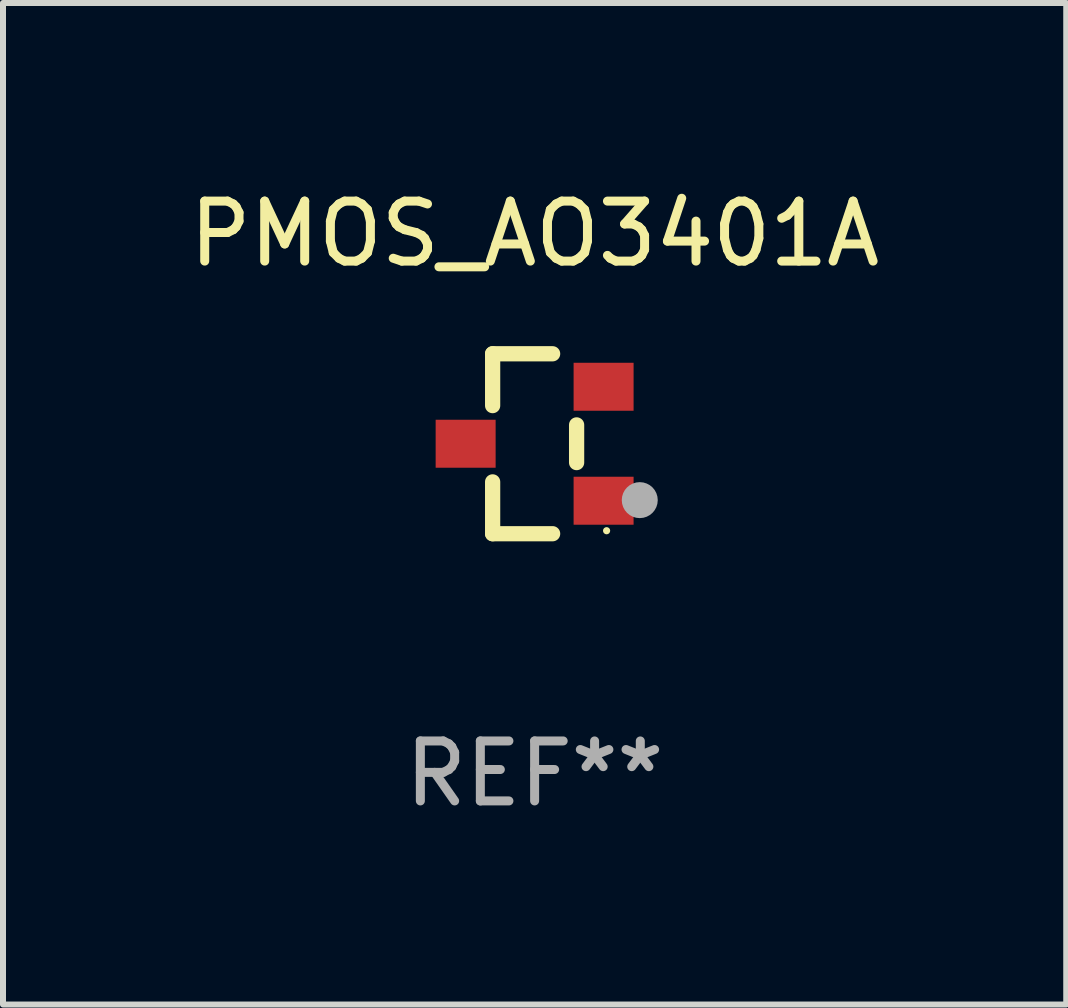
<source format=kicad_pcb>
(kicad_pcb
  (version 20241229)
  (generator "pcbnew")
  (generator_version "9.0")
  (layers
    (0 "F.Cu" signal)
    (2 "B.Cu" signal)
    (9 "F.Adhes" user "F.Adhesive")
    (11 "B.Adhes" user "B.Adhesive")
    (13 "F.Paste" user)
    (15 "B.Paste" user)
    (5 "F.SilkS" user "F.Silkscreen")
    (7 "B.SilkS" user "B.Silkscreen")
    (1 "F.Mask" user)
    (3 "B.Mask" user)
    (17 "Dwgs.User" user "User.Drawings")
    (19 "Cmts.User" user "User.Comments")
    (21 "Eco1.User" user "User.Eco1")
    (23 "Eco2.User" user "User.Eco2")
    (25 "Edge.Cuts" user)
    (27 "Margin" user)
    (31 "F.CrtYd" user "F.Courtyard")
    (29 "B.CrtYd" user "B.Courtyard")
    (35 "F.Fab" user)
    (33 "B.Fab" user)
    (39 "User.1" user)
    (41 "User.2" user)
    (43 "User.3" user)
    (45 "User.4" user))
  (footprint "PMOS_AO3401A"
    (layer "F.Cu")
    (at 5.863 4.348)
    (property "Reference" "PMOS_AO3401A" (at 0 -3.5 0) (layer "F.SilkS") (effects (font (size 1 1) (thickness 0.15))))
    (attr through_hole)
    (fp_line (start -0.7 -1.5) (end 0.3 -1.5) (stroke (width 0.254) (type solid)) (layer "F.SilkS"))
    (fp_line (start -0.7 -0.636) (end -0.7 -1.5) (stroke (width 0.254) (type solid)) (layer "F.SilkS"))
    (fp_line (start -0.7 1.5) (end -0.7 0.636) (stroke (width 0.254) (type solid)) (layer "F.SilkS"))
    (fp_line (start -0.7 1.5) (end 0.3 1.5) (stroke (width 0.254) (type solid)) (layer "F.SilkS"))
    (fp_line (start 0.7 0.314) (end 0.7 -0.314) (stroke (width 0.254) (type solid)) (layer "F.SilkS"))
    (fp_circle (center 1.2 1.45) (end 1.23 1.45) (stroke (width 0.06) (type solid)) (fill no) (layer "F.SilkS"))
    (fp_circle (center 1.753 0.94) (end 1.903 0.94) (stroke (width 0.3) (type solid)) (fill no) (layer "F.Fab"))
    (fp_text user "REF**" (at 0 5.5 0) (layer "F.Fab") (effects (font (size 1 1) (thickness 0.15))))
    (pad "1" smd rect (at 1.15 0.95 180) (size 1 0.8) (layers "F.Cu" "F.Mask" "F.Paste"))
    (pad "2" smd rect (at 1.15 -0.95 180) (size 1 0.8) (layers "F.Cu" "F.Mask" "F.Paste"))
    (pad "3" smd rect (at -1.15 -0.000051 180) (size 1 0.8) (layers "F.Cu" "F.Mask" "F.Paste")))
  (gr_rect
    (start -3 -3)
    (end 14.726 13.697)
    (stroke (width 0.1) (type default))
    (fill no)
    (layer "Edge.Cuts")))
</source>
